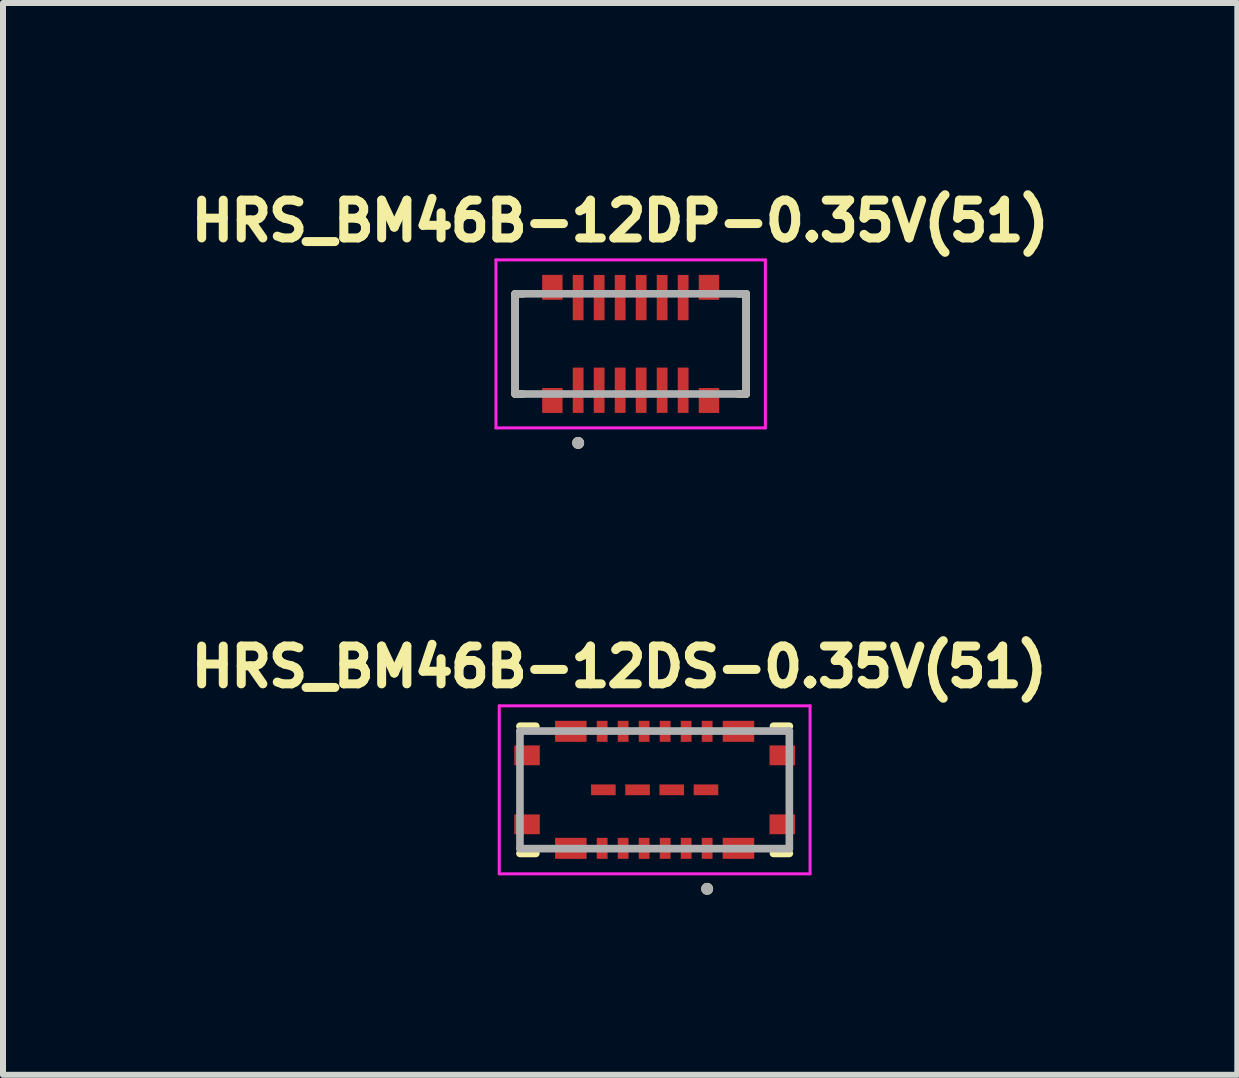
<source format=kicad_pcb>
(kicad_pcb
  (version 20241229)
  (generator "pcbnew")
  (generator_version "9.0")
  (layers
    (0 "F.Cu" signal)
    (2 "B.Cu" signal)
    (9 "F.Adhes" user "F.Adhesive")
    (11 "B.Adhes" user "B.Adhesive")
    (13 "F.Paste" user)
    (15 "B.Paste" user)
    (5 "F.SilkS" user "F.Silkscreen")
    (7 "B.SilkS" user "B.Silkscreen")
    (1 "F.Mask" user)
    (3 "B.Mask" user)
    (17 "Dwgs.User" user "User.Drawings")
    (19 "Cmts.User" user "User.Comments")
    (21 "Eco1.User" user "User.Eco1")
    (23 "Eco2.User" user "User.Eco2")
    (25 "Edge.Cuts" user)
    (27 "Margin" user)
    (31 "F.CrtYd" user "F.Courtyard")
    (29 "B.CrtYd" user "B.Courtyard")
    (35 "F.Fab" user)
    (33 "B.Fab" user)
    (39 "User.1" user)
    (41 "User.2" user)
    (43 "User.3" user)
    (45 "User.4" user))
  (footprint "HRS_BM46B-12DP-0.35V(51)"
    (layer "F.Cu")
    (at 7.461 2.682)
    (property "Reference" "HRS_BM46B-12DP-0.35V(51)" (at -0.175 -2.05 0) (layer "F.SilkS") (effects (font (size 0.63 0.63) (thickness 0.15))))
    (attr smd)
    (fp_poly (pts (xy -1.525 -1.2) (xy -1.085 -1.2) (xy -1.085 -0.685) (xy -1.525 -0.685)) (stroke (width 0.01) (type solid)) (fill yes) (layer "F.Mask"))
    (fp_poly (pts (xy -1.525 0.685) (xy -1.085 0.685) (xy -1.085 1.2) (xy -1.525 1.2)) (stroke (width 0.01) (type solid)) (fill yes) (layer "F.Mask"))
    (fp_poly (pts (xy -1.015 -1.2) (xy -0.735 -1.2) (xy -0.735 -0.345) (xy -1.015 -0.345)) (stroke (width 0.01) (type solid)) (fill yes) (layer "F.Mask"))
    (fp_poly (pts (xy -1.015 0.345) (xy -0.735 0.345) (xy -0.735 1.2) (xy -1.015 1.2)) (stroke (width 0.01) (type solid)) (fill yes) (layer "F.Mask"))
    (fp_poly (pts (xy -0.665 -1.2) (xy -0.385 -1.2) (xy -0.385 -0.345) (xy -0.665 -0.345)) (stroke (width 0.01) (type solid)) (fill yes) (layer "F.Mask"))
    (fp_poly (pts (xy -0.665 0.345) (xy -0.385 0.345) (xy -0.385 1.2) (xy -0.665 1.2)) (stroke (width 0.01) (type solid)) (fill yes) (layer "F.Mask"))
    (fp_poly (pts (xy -0.315 -1.2) (xy -0.035 -1.2) (xy -0.035 -0.345) (xy -0.315 -0.345)) (stroke (width 0.01) (type solid)) (fill yes) (layer "F.Mask"))
    (fp_poly (pts (xy -0.315 0.345) (xy -0.035 0.345) (xy -0.035 1.2) (xy -0.315 1.2)) (stroke (width 0.01) (type solid)) (fill yes) (layer "F.Mask"))
    (fp_poly (pts (xy 0.035 -1.2) (xy 0.315 -1.2) (xy 0.315 -0.345) (xy 0.035 -0.345)) (stroke (width 0.01) (type solid)) (fill yes) (layer "F.Mask"))
    (fp_poly (pts (xy 0.035 0.345) (xy 0.315 0.345) (xy 0.315 1.2) (xy 0.035 1.2)) (stroke (width 0.01) (type solid)) (fill yes) (layer "F.Mask"))
    (fp_poly (pts (xy 0.385 -1.2) (xy 0.665 -1.2) (xy 0.665 -0.345) (xy 0.385 -0.345)) (stroke (width 0.01) (type solid)) (fill yes) (layer "F.Mask"))
    (fp_poly (pts (xy 0.385 0.345) (xy 0.665 0.345) (xy 0.665 1.2) (xy 0.385 1.2)) (stroke (width 0.01) (type solid)) (fill yes) (layer "F.Mask"))
    (fp_poly (pts (xy 0.735 -1.2) (xy 1.015 -1.2) (xy 1.015 -0.345) (xy 0.735 -0.345)) (stroke (width 0.01) (type solid)) (fill yes) (layer "F.Mask"))
    (fp_poly (pts (xy 0.735 0.345) (xy 1.015 0.345) (xy 1.015 1.2) (xy 0.735 1.2)) (stroke (width 0.01) (type solid)) (fill yes) (layer "F.Mask"))
    (fp_poly (pts (xy 1.085 -1.2) (xy 1.525 -1.2) (xy 1.525 -0.685) (xy 1.085 -0.685)) (stroke (width 0.01) (type solid)) (fill yes) (layer "F.Mask"))
    (fp_poly (pts (xy 1.085 0.685) (xy 1.525 0.685) (xy 1.525 1.2) (xy 1.085 1.2)) (stroke (width 0.01) (type solid)) (fill yes) (layer "F.Mask"))
    (fp_line (start -1.925 -0.835) (end -1.925 0.835) (stroke (width 0.127) (type solid)) (layer "F.SilkS"))
    (fp_line (start -1.925 0.835) (end -1.795 0.835) (stroke (width 0.127) (type solid)) (layer "F.SilkS"))
    (fp_line (start -1.795 -0.835) (end -1.925 -0.835) (stroke (width 0.127) (type solid)) (layer "F.SilkS"))
    (fp_line (start 1.795 0.835) (end 1.925 0.835) (stroke (width 0.127) (type solid)) (layer "F.SilkS"))
    (fp_line (start 1.925 -0.835) (end 1.795 -0.835) (stroke (width 0.127) (type solid)) (layer "F.SilkS"))
    (fp_line (start 1.925 0.835) (end 1.925 -0.835) (stroke (width 0.127) (type solid)) (layer "F.SilkS"))
    (fp_circle (center -0.875 1.65) (end -0.825 1.65) (stroke (width 0.1) (type solid)) (fill no) (layer "F.SilkS"))
    (fp_line (start -2.245 -1.4) (end -2.245 1.4) (stroke (width 0.05) (type solid)) (layer "F.CrtYd"))
    (fp_line (start -2.245 1.4) (end 2.245 1.4) (stroke (width 0.05) (type solid)) (layer "F.CrtYd"))
    (fp_line (start 2.245 -1.4) (end -2.245 -1.4) (stroke (width 0.05) (type solid)) (layer "F.CrtYd"))
    (fp_line (start 2.245 1.4) (end 2.245 -1.4) (stroke (width 0.05) (type solid)) (layer "F.CrtYd"))
    (fp_line (start -1.925 -0.835) (end -1.925 0.835) (stroke (width 0.127) (type solid)) (layer "F.Fab"))
    (fp_line (start -1.925 0.835) (end 1.925 0.835) (stroke (width 0.127) (type solid)) (layer "F.Fab"))
    (fp_line (start 1.925 -0.835) (end -1.925 -0.835) (stroke (width 0.127) (type solid)) (layer "F.Fab"))
    (fp_line (start 1.925 0.835) (end 1.925 -0.835) (stroke (width 0.127) (type solid)) (layer "F.Fab"))
    (fp_circle (center -0.875 1.65) (end -0.825 1.65) (stroke (width 0.1) (type solid)) (fill no) (layer "F.Fab"))
    (pad "1" smd rect (at -0.875 0.772) (size 0.18 0.755) (layers "F.Cu" "F.Paste"))
    (pad "2" smd rect (at -0.875 -0.772) (size 0.18 0.755) (layers "F.Cu" "F.Paste"))
    (pad "3" smd rect (at -0.525 0.772) (size 0.18 0.755) (layers "F.Cu" "F.Paste"))
    (pad "4" smd rect (at -0.525 -0.772) (size 0.18 0.755) (layers "F.Cu" "F.Paste"))
    (pad "5" smd rect (at -0.175 0.772) (size 0.18 0.755) (layers "F.Cu" "F.Paste"))
    (pad "6" smd rect (at -0.175 -0.772) (size 0.18 0.755) (layers "F.Cu" "F.Paste"))
    (pad "7" smd rect (at 0.175 0.772) (size 0.18 0.755) (layers "F.Cu" "F.Paste"))
    (pad "8" smd rect (at 0.175 -0.772) (size 0.18 0.755) (layers "F.Cu" "F.Paste"))
    (pad "9" smd rect (at 0.525 0.772) (size 0.18 0.755) (layers "F.Cu" "F.Paste"))
    (pad "10" smd rect (at 0.525 -0.772) (size 0.18 0.755) (layers "F.Cu" "F.Paste"))
    (pad "11" smd rect (at 0.875 0.772) (size 0.18 0.755) (layers "F.Cu" "F.Paste"))
    (pad "12" smd rect (at 0.875 -0.772) (size 0.18 0.755) (layers "F.Cu" "F.Paste"))
    (pad "S1" smd rect (at -1.305 0.943) (size 0.34 0.415) (layers "F.Cu" "F.Paste"))
    (pad "S2" smd rect (at -1.305 -0.943) (size 0.34 0.415) (layers "F.Cu" "F.Paste"))
    (pad "S3" smd rect (at 1.305 0.943) (size 0.34 0.415) (layers "F.Cu" "F.Paste"))
    (pad "S4" smd rect (at 1.305 -0.943) (size 0.34 0.415) (layers "F.Cu" "F.Paste")))
  (footprint "HRS_BM46B-12DS-0.35V(51)"
    (layer "F.Cu")
    (at 7.861 10.114)
    (property "Reference" "HRS_BM46B-12DS-0.35V(51)" (at -0.59 -2.05 0) (layer "F.SilkS") (effects (font (size 0.63 0.63) (thickness 0.15))))
    (attr smd)
    (fp_poly (pts (xy -1.71 -1.2) (xy -1.085 -1.2) (xy -1.085 -0.75) (xy -1.71 -0.75)) (stroke (width 0.01) (type solid)) (fill yes) (layer "F.Mask"))
    (fp_poly (pts (xy -1.71 0.75) (xy -1.085 0.75) (xy -1.085 1.2) (xy -1.71 1.2)) (stroke (width 0.01) (type solid)) (fill yes) (layer "F.Mask"))
    (fp_poly (pts (xy -1.015 -1.2) (xy -0.735 -1.2) (xy -0.735 -0.75) (xy -1.015 -0.75)) (stroke (width 0.01) (type solid)) (fill yes) (layer "F.Mask"))
    (fp_poly (pts (xy -1.015 0.75) (xy -0.735 0.75) (xy -0.735 1.2) (xy -1.015 1.2)) (stroke (width 0.01) (type solid)) (fill yes) (layer "F.Mask"))
    (fp_poly (pts (xy -0.665 -1.2) (xy -0.385 -1.2) (xy -0.385 -0.75) (xy -0.665 -0.75)) (stroke (width 0.01) (type solid)) (fill yes) (layer "F.Mask"))
    (fp_poly (pts (xy -0.665 0.75) (xy -0.385 0.75) (xy -0.385 1.2) (xy -0.665 1.2)) (stroke (width 0.01) (type solid)) (fill yes) (layer "F.Mask"))
    (fp_poly (pts (xy -0.315 -1.2) (xy -0.035 -1.2) (xy -0.035 -0.75) (xy -0.315 -0.75)) (stroke (width 0.01) (type solid)) (fill yes) (layer "F.Mask"))
    (fp_poly (pts (xy -0.315 0.75) (xy -0.035 0.75) (xy -0.035 1.2) (xy -0.315 1.2)) (stroke (width 0.01) (type solid)) (fill yes) (layer "F.Mask"))
    (fp_poly (pts (xy 0.035 -1.2) (xy 0.315 -1.2) (xy 0.315 -0.75) (xy 0.035 -0.75)) (stroke (width 0.01) (type solid)) (fill yes) (layer "F.Mask"))
    (fp_poly (pts (xy 0.035 0.75) (xy 0.315 0.75) (xy 0.315 1.2) (xy 0.035 1.2)) (stroke (width 0.01) (type solid)) (fill yes) (layer "F.Mask"))
    (fp_poly (pts (xy 0.385 -1.2) (xy 0.665 -1.2) (xy 0.665 -0.75) (xy 0.385 -0.75)) (stroke (width 0.01) (type solid)) (fill yes) (layer "F.Mask"))
    (fp_poly (pts (xy 0.385 0.75) (xy 0.665 0.75) (xy 0.665 1.2) (xy 0.385 1.2)) (stroke (width 0.01) (type solid)) (fill yes) (layer "F.Mask"))
    (fp_poly (pts (xy 0.735 -1.2) (xy 1.015 -1.2) (xy 1.015 -0.75) (xy 0.735 -0.75)) (stroke (width 0.01) (type solid)) (fill yes) (layer "F.Mask"))
    (fp_poly (pts (xy 0.735 0.75) (xy 1.015 0.75) (xy 1.015 1.2) (xy 0.735 1.2)) (stroke (width 0.01) (type solid)) (fill yes) (layer "F.Mask"))
    (fp_poly (pts (xy 1.085 -1.2) (xy 1.71 -1.2) (xy 1.71 -0.75) (xy 1.085 -0.75)) (stroke (width 0.01) (type solid)) (fill yes) (layer "F.Mask"))
    (fp_poly (pts (xy 1.085 0.75) (xy 1.71 0.75) (xy 1.71 1.2) (xy 1.085 1.2)) (stroke (width 0.01) (type solid)) (fill yes) (layer "F.Mask"))
    (fp_line (start -2.245 -1.06) (end -1.98 -1.06) (stroke (width 0.127) (type solid)) (layer "F.SilkS"))
    (fp_line (start -2.245 1.06) (end -1.98 1.06) (stroke (width 0.127) (type solid)) (layer "F.SilkS"))
    (fp_line (start 1.98 -1.06) (end 2.245 -1.06) (stroke (width 0.127) (type solid)) (layer "F.SilkS"))
    (fp_line (start 1.98 1.06) (end 2.245 1.06) (stroke (width 0.127) (type solid)) (layer "F.SilkS"))
    (fp_circle (center 0.875 1.65) (end 0.925 1.65) (stroke (width 0.1) (type solid)) (fill no) (layer "F.SilkS"))
    (fp_poly (pts (xy -2.295 -0.74) (xy -1.915 -0.74) (xy -1.915 -0.41) (xy -2.295 -0.41)) (stroke (width 0.01) (type solid)) (fill yes) (layer "F.Paste"))
    (fp_poly (pts (xy -2.295 0.41) (xy -1.915 0.41) (xy -1.915 0.74) (xy -2.295 0.74)) (stroke (width 0.01) (type solid)) (fill yes) (layer "F.Paste"))
    (fp_poly (pts (xy -1.66 -1.115) (xy -1.135 -1.115) (xy -1.135 -0.8) (xy -1.66 -0.8)) (stroke (width 0.01) (type solid)) (fill yes) (layer "F.Paste"))
    (fp_poly (pts (xy -1.66 0.8) (xy -1.135 0.8) (xy -1.135 1.115) (xy -1.66 1.115)) (stroke (width 0.01) (type solid)) (fill yes) (layer "F.Paste"))
    (fp_poly (pts (xy -1.04 -0.09) (xy -0.67 -0.09) (xy -0.67 0.09) (xy -1.04 0.09)) (stroke (width 0.01) (type solid)) (fill yes) (layer "F.Paste"))
    (fp_poly (pts (xy -0.965 -1.115) (xy -0.785 -1.115) (xy -0.785 -0.8) (xy -0.965 -0.8)) (stroke (width 0.01) (type solid)) (fill yes) (layer "F.Paste"))
    (fp_poly (pts (xy -0.965 0.8) (xy -0.785 0.8) (xy -0.785 1.115) (xy -0.965 1.115)) (stroke (width 0.01) (type solid)) (fill yes) (layer "F.Paste"))
    (fp_poly (pts (xy -0.615 -1.115) (xy -0.435 -1.115) (xy -0.435 -0.8) (xy -0.615 -0.8)) (stroke (width 0.01) (type solid)) (fill yes) (layer "F.Paste"))
    (fp_poly (pts (xy -0.615 0.8) (xy -0.435 0.8) (xy -0.435 1.115) (xy -0.615 1.115)) (stroke (width 0.01) (type solid)) (fill yes) (layer "F.Paste"))
    (fp_poly (pts (xy -0.47 -0.09) (xy -0.1 -0.09) (xy -0.1 0.09) (xy -0.47 0.09)) (stroke (width 0.01) (type solid)) (fill yes) (layer "F.Paste"))
    (fp_poly (pts (xy -0.265 -1.115) (xy -0.085 -1.115) (xy -0.085 -0.8) (xy -0.265 -0.8)) (stroke (width 0.01) (type solid)) (fill yes) (layer "F.Paste"))
    (fp_poly (pts (xy -0.265 0.8) (xy -0.085 0.8) (xy -0.085 1.115) (xy -0.265 1.115)) (stroke (width 0.01) (type solid)) (fill yes) (layer "F.Paste"))
    (fp_poly (pts (xy 0.085 -1.115) (xy 0.265 -1.115) (xy 0.265 -0.8) (xy 0.085 -0.8)) (stroke (width 0.01) (type solid)) (fill yes) (layer "F.Paste"))
    (fp_poly (pts (xy 0.085 0.8) (xy 0.265 0.8) (xy 0.265 1.115) (xy 0.085 1.115)) (stroke (width 0.01) (type solid)) (fill yes) (layer "F.Paste"))
    (fp_poly (pts (xy 0.1 -0.09) (xy 0.47 -0.09) (xy 0.47 0.09) (xy 0.1 0.09)) (stroke (width 0.01) (type solid)) (fill yes) (layer "F.Paste"))
    (fp_poly (pts (xy 0.435 -1.115) (xy 0.615 -1.115) (xy 0.615 -0.8) (xy 0.435 -0.8)) (stroke (width 0.01) (type solid)) (fill yes) (layer "F.Paste"))
    (fp_poly (pts (xy 0.435 0.8) (xy 0.615 0.8) (xy 0.615 1.115) (xy 0.435 1.115)) (stroke (width 0.01) (type solid)) (fill yes) (layer "F.Paste"))
    (fp_poly (pts (xy 0.67 -0.09) (xy 1.04 -0.09) (xy 1.04 0.09) (xy 0.67 0.09)) (stroke (width 0.01) (type solid)) (fill yes) (layer "F.Paste"))
    (fp_poly (pts (xy 0.785 -1.115) (xy 0.965 -1.115) (xy 0.965 -0.8) (xy 0.785 -0.8)) (stroke (width 0.01) (type solid)) (fill yes) (layer "F.Paste"))
    (fp_poly (pts (xy 0.785 0.8) (xy 0.965 0.8) (xy 0.965 1.115) (xy 0.785 1.115)) (stroke (width 0.01) (type solid)) (fill yes) (layer "F.Paste"))
    (fp_poly (pts (xy 1.135 -1.115) (xy 1.66 -1.115) (xy 1.66 -0.8) (xy 1.135 -0.8)) (stroke (width 0.01) (type solid)) (fill yes) (layer "F.Paste"))
    (fp_poly (pts (xy 1.135 0.8) (xy 1.66 0.8) (xy 1.66 1.115) (xy 1.135 1.115)) (stroke (width 0.01) (type solid)) (fill yes) (layer "F.Paste"))
    (fp_poly (pts (xy 1.915 -0.74) (xy 2.295 -0.74) (xy 2.295 -0.41) (xy 1.915 -0.41)) (stroke (width 0.01) (type solid)) (fill yes) (layer "F.Paste"))
    (fp_poly (pts (xy 1.915 0.41) (xy 2.295 0.41) (xy 2.295 0.74) (xy 1.915 0.74)) (stroke (width 0.01) (type solid)) (fill yes) (layer "F.Paste"))
    (fp_line (start -2.59 -1.4) (end -2.59 1.4) (stroke (width 0.05) (type solid)) (layer "F.CrtYd"))
    (fp_line (start -2.59 1.4) (end 2.59 1.4) (stroke (width 0.05) (type solid)) (layer "F.CrtYd"))
    (fp_line (start 2.59 -1.4) (end -2.59 -1.4) (stroke (width 0.05) (type solid)) (layer "F.CrtYd"))
    (fp_line (start 2.59 1.4) (end 2.59 -1.4) (stroke (width 0.05) (type solid)) (layer "F.CrtYd"))
    (fp_line (start -2.245 -0.98) (end -2.245 0.98) (stroke (width 0.127) (type solid)) (layer "F.Fab"))
    (fp_line (start -2.245 0.98) (end 2.245 0.98) (stroke (width 0.127) (type solid)) (layer "F.Fab"))
    (fp_line (start 2.245 -0.98) (end -2.245 -0.98) (stroke (width 0.127) (type solid)) (layer "F.Fab"))
    (fp_line (start 2.245 0.98) (end 2.245 -0.98) (stroke (width 0.127) (type solid)) (layer "F.Fab"))
    (fp_circle (center 0.875 1.65) (end 0.925 1.65) (stroke (width 0.1) (type solid)) (fill no) (layer "F.Fab"))
    (pad "1" smd rect (at 0.875 0.975) (size 0.18 0.35) (layers "F.Cu"))
    (pad "2" smd rect (at 0.875 -0.975) (size 0.18 0.35) (layers "F.Cu"))
    (pad "3" smd rect (at 0.525 0.975) (size 0.18 0.35) (layers "F.Cu"))
    (pad "4" smd rect (at 0.525 -0.975) (size 0.18 0.35) (layers "F.Cu"))
    (pad "5" smd rect (at 0.175 0.975) (size 0.18 0.35) (layers "F.Cu"))
    (pad "6" smd rect (at 0.175 -0.975) (size 0.18 0.35) (layers "F.Cu"))
    (pad "7" smd rect (at -0.175 0.975) (size 0.18 0.35) (layers "F.Cu"))
    (pad "8" smd rect (at -0.175 -0.975) (size 0.18 0.35) (layers "F.Cu"))
    (pad "9" smd rect (at -0.525 0.975) (size 0.18 0.35) (layers "F.Cu"))
    (pad "10" smd rect (at -0.525 -0.975) (size 0.18 0.35) (layers "F.Cu"))
    (pad "11" smd rect (at -0.875 0.975) (size 0.18 0.35) (layers "F.Cu"))
    (pad "12" smd rect (at -0.875 -0.975) (size 0.18 0.35) (layers "F.Cu"))
    (pad "S1" smd rect (at 1.397 0.975) (size 0.525 0.35) (layers "F.Cu"))
    (pad "S2" smd rect (at 1.397 -0.975) (size 0.525 0.35) (layers "F.Cu"))
    (pad "S3" smd rect (at 2.127 0.575) (size 0.425 0.33) (layers "F.Cu" "F.Mask"))
    (pad "S4" smd rect (at 2.127 -0.575) (size 0.425 0.33) (layers "F.Cu" "F.Mask"))
    (pad "S5" smd rect (at 0.855 0) (size 0.41 0.18) (layers "F.Cu" "F.Mask"))
    (pad "S6" smd rect (at 0.285 0) (size 0.41 0.18) (layers "F.Cu" "F.Mask"))
    (pad "S7" smd rect (at -0.285 0) (size 0.41 0.18) (layers "F.Cu" "F.Mask"))
    (pad "S8" smd rect (at -0.855 0) (size 0.41 0.18) (layers "F.Cu" "F.Mask"))
    (pad "S9" smd rect (at -1.397 0.975) (size 0.525 0.35) (layers "F.Cu"))
    (pad "S10" smd rect (at -1.397 -0.975) (size 0.525 0.35) (layers "F.Cu"))
    (pad "S11" smd rect (at -2.127 0.575) (size 0.425 0.33) (layers "F.Cu" "F.Mask"))
    (pad "S12" smd rect (at -2.127 -0.575) (size 0.425 0.33) (layers "F.Cu" "F.Mask")))
  (gr_rect
    (start -3 -3)
    (end 17.572 14.864)
    (stroke (width 0.1) (type default))
    (fill no)
    (layer "Edge.Cuts")))
</source>
